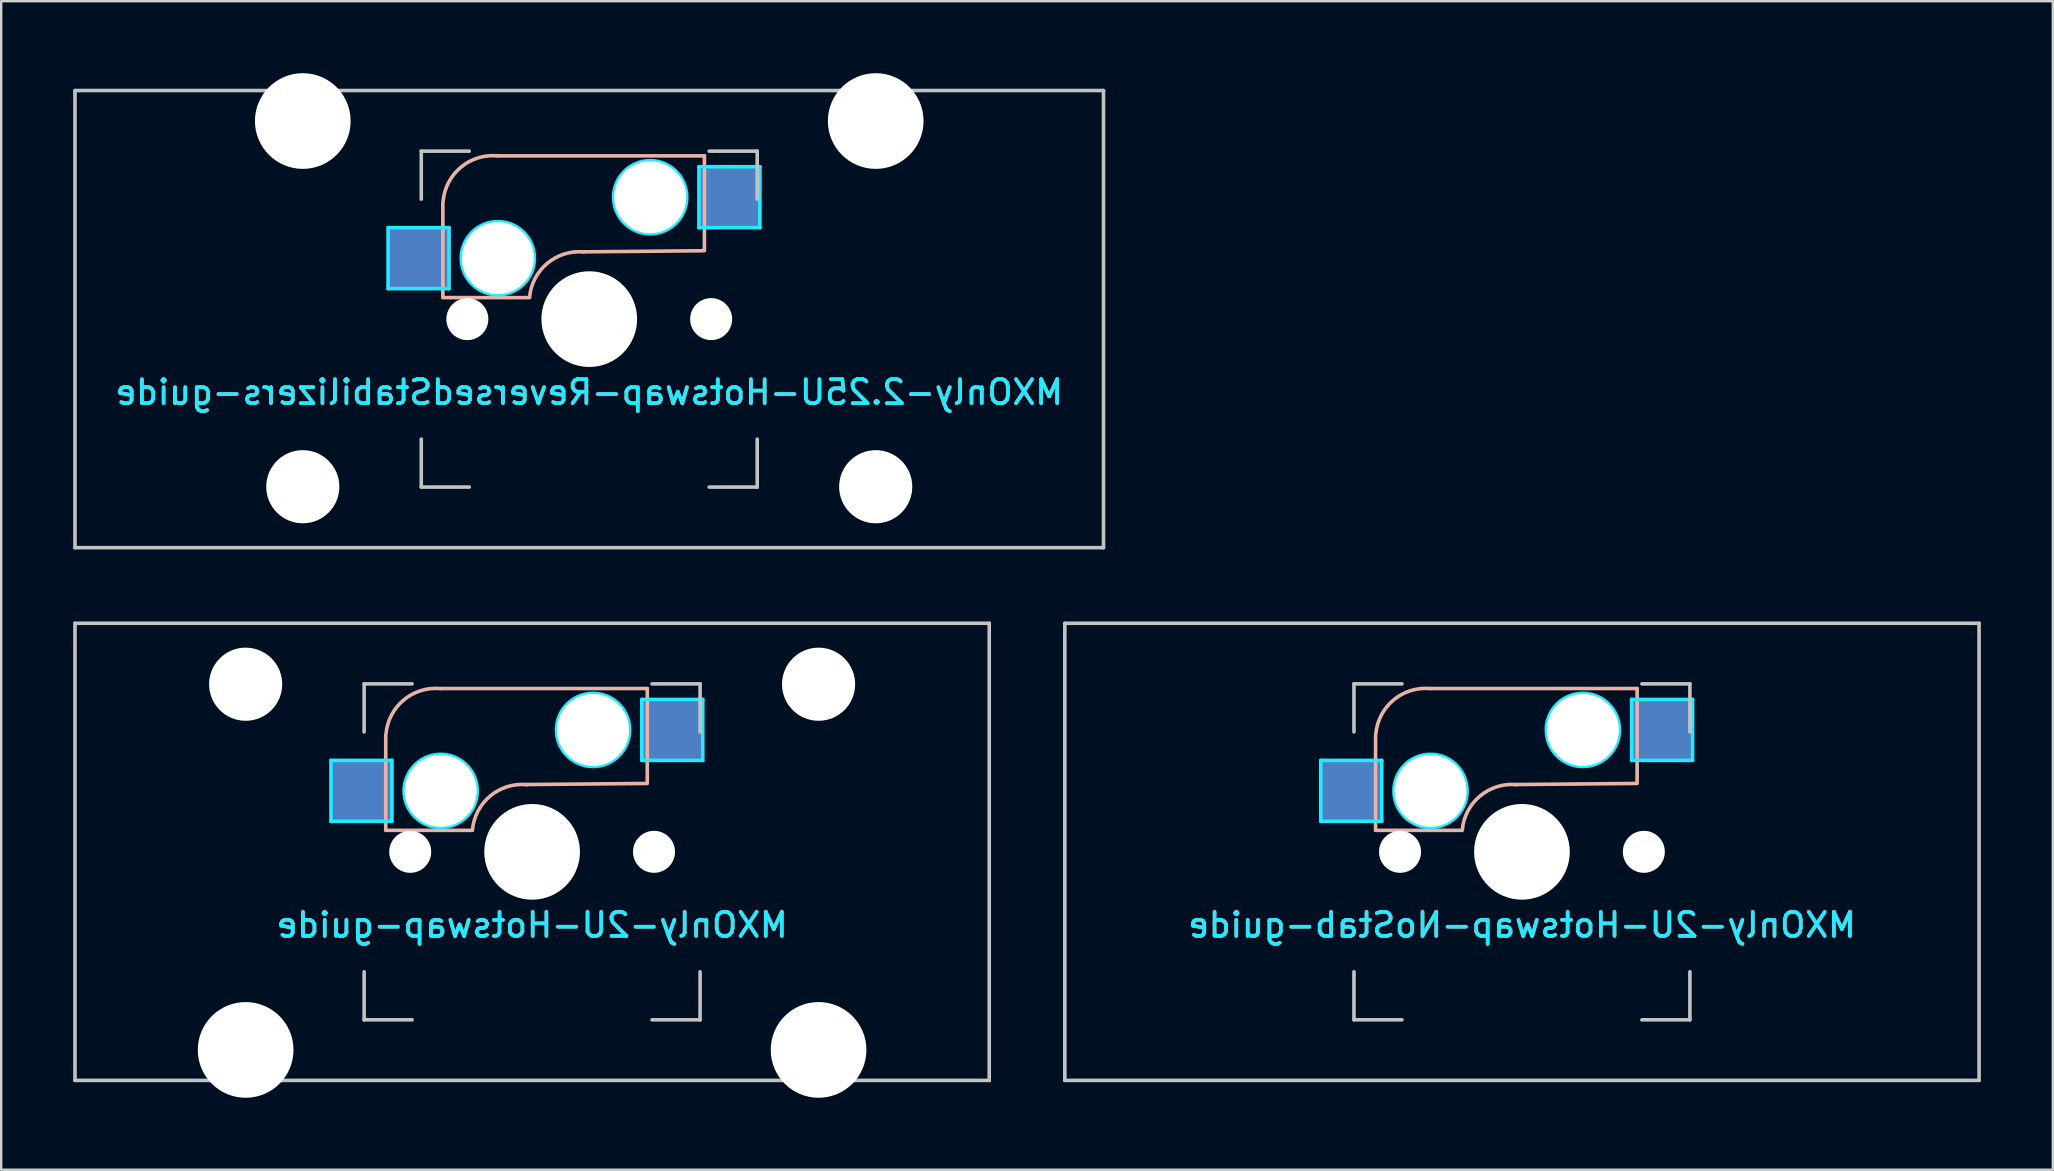
<source format=kicad_pcb>
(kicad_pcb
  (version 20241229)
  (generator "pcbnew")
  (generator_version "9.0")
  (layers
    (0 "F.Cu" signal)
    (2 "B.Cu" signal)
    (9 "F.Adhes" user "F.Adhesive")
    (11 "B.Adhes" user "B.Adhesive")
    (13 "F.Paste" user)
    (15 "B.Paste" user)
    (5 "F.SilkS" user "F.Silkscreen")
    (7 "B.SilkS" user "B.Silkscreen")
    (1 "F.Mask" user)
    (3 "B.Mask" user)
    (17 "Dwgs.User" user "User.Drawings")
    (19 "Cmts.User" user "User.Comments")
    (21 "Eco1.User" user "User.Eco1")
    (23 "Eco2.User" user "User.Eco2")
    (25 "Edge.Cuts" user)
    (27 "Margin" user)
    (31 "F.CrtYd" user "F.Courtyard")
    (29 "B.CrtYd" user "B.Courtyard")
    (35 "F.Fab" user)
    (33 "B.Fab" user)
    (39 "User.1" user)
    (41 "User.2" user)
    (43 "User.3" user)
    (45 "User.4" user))
  (footprint "MXOnly-2.25U-Hotswap-ReversedStabilizers-guide"
    (layer "F.Cu")
    (at 21.506 10.249)
    (property "Reference" "MXOnly-2.25U-Hotswap-ReversedStabilizers-guide" (at 0 3.048 0) (layer "B.CrtYd") (effects (font (size 1 1) (thickness 0.15)) (justify mirror)))
    (attr smd)
    (fp_line (start -6.1 -4.85) (end -6.1 -0.905) (stroke (width 0.15) (type solid)) (layer "B.SilkS"))
    (fp_line (start -6.1 -0.896) (end -2.49 -0.896) (stroke (width 0.15) (type solid)) (layer "B.SilkS"))
    (fp_line (start 4.8 -6.804) (end -3.825 -6.804) (stroke (width 0.15) (type solid)) (layer "B.SilkS"))
    (fp_line (start 4.8 -2.896) (end 4.8 -6.804) (stroke (width 0.15) (type solid)) (layer "B.SilkS"))
    (fp_line (start 4.8 -2.85) (end -0.25 -2.804) (stroke (width 0.15) (type solid)) (layer "B.SilkS"))
    (fp_arc (start -6.089 -4.92) (mid -5.347189 -6.33089) (end -3.825 -6.804) (stroke (width 0.15) (type solid)) (layer "B.SilkS"))
    (fp_arc (start -2.485 -0.92) (mid -1.744361 -2.328061) (end -0.225 -2.8) (stroke (width 0.15) (type solid)) (layer "B.SilkS"))
    (fp_line (start -21.431 -9.525) (end 21.431 -9.525) (stroke (width 0.15) (type solid)) (layer "Dwgs.User"))
    (fp_line (start -21.431 9.525) (end -21.431 -9.525) (stroke (width 0.15) (type solid)) (layer "Dwgs.User"))
    (fp_line (start -7 -7) (end -7 -5) (stroke (width 0.15) (type solid)) (layer "Dwgs.User"))
    (fp_line (start -7 5) (end -7 7) (stroke (width 0.15) (type solid)) (layer "Dwgs.User"))
    (fp_line (start -7 7) (end -5 7) (stroke (width 0.15) (type solid)) (layer "Dwgs.User"))
    (fp_line (start -5 -7) (end -7 -7) (stroke (width 0.15) (type solid)) (layer "Dwgs.User"))
    (fp_line (start 5 -7) (end 7 -7) (stroke (width 0.15) (type solid)) (layer "Dwgs.User"))
    (fp_line (start 5 7) (end 7 7) (stroke (width 0.15) (type solid)) (layer "Dwgs.User"))
    (fp_line (start 7 -7) (end 7 -5) (stroke (width 0.15) (type solid)) (layer "Dwgs.User"))
    (fp_line (start 7 7) (end 7 5) (stroke (width 0.15) (type solid)) (layer "Dwgs.User"))
    (fp_line (start 21.431 -9.525) (end 21.431 9.525) (stroke (width 0.15) (type solid)) (layer "Dwgs.User"))
    (fp_line (start 21.431 9.525) (end -21.431 9.525) (stroke (width 0.15) (type solid)) (layer "Dwgs.User"))
    (fp_line (start -8.382 -3.81) (end -5.842 -3.81) (stroke (width 0.15) (type solid)) (layer "B.CrtYd"))
    (fp_line (start -8.382 -1.27) (end -8.382 -3.81) (stroke (width 0.15) (type solid)) (layer "B.CrtYd"))
    (fp_line (start -5.842 -3.81) (end -5.842 -1.27) (stroke (width 0.15) (type solid)) (layer "B.CrtYd"))
    (fp_line (start -5.842 -1.27) (end -8.382 -1.27) (stroke (width 0.15) (type solid)) (layer "B.CrtYd"))
    (fp_line (start 4.572 -6.35) (end 7.112 -6.35) (stroke (width 0.15) (type solid)) (layer "B.CrtYd"))
    (fp_line (start 4.572 -3.81) (end 4.572 -6.35) (stroke (width 0.15) (type solid)) (layer "B.CrtYd"))
    (fp_line (start 7.112 -6.35) (end 7.112 -3.81) (stroke (width 0.15) (type solid)) (layer "B.CrtYd"))
    (fp_line (start 7.112 -3.81) (end 4.572 -3.81) (stroke (width 0.15) (type solid)) (layer "B.CrtYd"))
    (fp_circle (center -3.81 -2.54) (end -3.81 -4.064) (stroke (width 0.15) (type solid)) (fill no) (layer "B.CrtYd"))
    (fp_circle (center 2.54 -5.08) (end 2.54 -6.604) (stroke (width 0.15) (type solid)) (fill no) (layer "B.CrtYd"))
    (fp_text user "${REFERENCE}" (at 0 3.048 0) (layer "B.SilkS") (effects (font (size 1 1) (thickness 0.15)) (justify mirror)))
    (pad "" np_thru_hole circle (at -11.938 -8.255) (size 3.988 3.988) (drill 3.988) (layers "*.Cu" "*.Mask"))
    (pad "" np_thru_hole circle (at -11.938 6.985) (size 3.048 3.048) (drill 3.048) (layers "*.Cu" "*.Mask"))
    (pad "" np_thru_hole circle (at -5.08 0 48.1) (size 1.75 1.75) (drill 1.75) (layers "*.Cu" "*.Mask"))
    (pad "" np_thru_hole circle (at -3.81 -2.54) (size 3 3) (drill 3) (layers "*.Cu" "*.Mask"))
    (pad "" np_thru_hole circle (at 0 0) (size 3.988 3.988) (drill 3.988) (layers "*.Cu" "*.Mask"))
    (pad "" np_thru_hole circle (at 2.54 -5.08) (size 3 3) (drill 3) (layers "*.Cu" "*.Mask"))
    (pad "" np_thru_hole circle (at 5.08 0 48.1) (size 1.75 1.75) (drill 1.75) (layers "*.Cu" "*.Mask"))
    (pad "" np_thru_hole circle (at 11.938 -8.255) (size 3.988 3.988) (drill 3.988) (layers "*.Cu" "*.Mask"))
    (pad "" np_thru_hole circle (at 11.938 6.985) (size 3.048 3.048) (drill 3.048) (layers "*.Cu" "*.Mask"))
    (pad "1" smd rect (at -7.085 -2.54) (size 2.55 2.5) (layers "B.Cu" "B.Mask" "B.Paste"))
    (pad "2" smd rect (at 5.842 -5.08) (size 2.55 2.5) (layers "B.Cu" "B.Mask" "B.Paste")))
  (footprint "MXOnly-2U-Hotswap-NoStab-guide"
    (layer "F.Cu")
    (at 60.375 32.449)
    (property "Reference" "MXOnly-2U-Hotswap-NoStab-guide" (at 0 3.048 0) (layer "B.CrtYd") (effects (font (size 1 1) (thickness 0.15)) (justify mirror)))
    (attr smd)
    (fp_line (start -6.1 -4.85) (end -6.1 -0.905) (stroke (width 0.15) (type solid)) (layer "B.SilkS"))
    (fp_line (start -6.1 -0.896) (end -2.49 -0.896) (stroke (width 0.15) (type solid)) (layer "B.SilkS"))
    (fp_line (start 4.8 -6.804) (end -3.825 -6.804) (stroke (width 0.15) (type solid)) (layer "B.SilkS"))
    (fp_line (start 4.8 -2.896) (end 4.8 -6.804) (stroke (width 0.15) (type solid)) (layer "B.SilkS"))
    (fp_line (start 4.8 -2.85) (end -0.25 -2.804) (stroke (width 0.15) (type solid)) (layer "B.SilkS"))
    (fp_arc (start -6.089 -4.92) (mid -5.347189 -6.33089) (end -3.825 -6.804) (stroke (width 0.15) (type solid)) (layer "B.SilkS"))
    (fp_arc (start -2.485 -0.92) (mid -1.744361 -2.328061) (end -0.225 -2.8) (stroke (width 0.15) (type solid)) (layer "B.SilkS"))
    (fp_line (start -19.05 -9.525) (end 19.05 -9.525) (stroke (width 0.15) (type solid)) (layer "Dwgs.User"))
    (fp_line (start -19.05 9.525) (end -19.05 -9.525) (stroke (width 0.15) (type solid)) (layer "Dwgs.User"))
    (fp_line (start -7 -7) (end -7 -5) (stroke (width 0.15) (type solid)) (layer "Dwgs.User"))
    (fp_line (start -7 5) (end -7 7) (stroke (width 0.15) (type solid)) (layer "Dwgs.User"))
    (fp_line (start -7 7) (end -5 7) (stroke (width 0.15) (type solid)) (layer "Dwgs.User"))
    (fp_line (start -5 -7) (end -7 -7) (stroke (width 0.15) (type solid)) (layer "Dwgs.User"))
    (fp_line (start 5 -7) (end 7 -7) (stroke (width 0.15) (type solid)) (layer "Dwgs.User"))
    (fp_line (start 5 7) (end 7 7) (stroke (width 0.15) (type solid)) (layer "Dwgs.User"))
    (fp_line (start 7 -7) (end 7 -5) (stroke (width 0.15) (type solid)) (layer "Dwgs.User"))
    (fp_line (start 7 7) (end 7 5) (stroke (width 0.15) (type solid)) (layer "Dwgs.User"))
    (fp_line (start 19.05 -9.525) (end 19.05 9.525) (stroke (width 0.15) (type solid)) (layer "Dwgs.User"))
    (fp_line (start 19.05 9.525) (end -19.05 9.525) (stroke (width 0.15) (type solid)) (layer "Dwgs.User"))
    (fp_line (start -8.382 -3.81) (end -5.842 -3.81) (stroke (width 0.15) (type solid)) (layer "B.CrtYd"))
    (fp_line (start -8.382 -1.27) (end -8.382 -3.81) (stroke (width 0.15) (type solid)) (layer "B.CrtYd"))
    (fp_line (start -5.842 -3.81) (end -5.842 -1.27) (stroke (width 0.15) (type solid)) (layer "B.CrtYd"))
    (fp_line (start -5.842 -1.27) (end -8.382 -1.27) (stroke (width 0.15) (type solid)) (layer "B.CrtYd"))
    (fp_line (start 4.572 -6.35) (end 7.112 -6.35) (stroke (width 0.15) (type solid)) (layer "B.CrtYd"))
    (fp_line (start 4.572 -3.81) (end 4.572 -6.35) (stroke (width 0.15) (type solid)) (layer "B.CrtYd"))
    (fp_line (start 7.112 -6.35) (end 7.112 -3.81) (stroke (width 0.15) (type solid)) (layer "B.CrtYd"))
    (fp_line (start 7.112 -3.81) (end 4.572 -3.81) (stroke (width 0.15) (type solid)) (layer "B.CrtYd"))
    (fp_circle (center -3.81 -2.54) (end -3.81 -4.064) (stroke (width 0.15) (type solid)) (fill no) (layer "B.CrtYd"))
    (fp_circle (center 2.54 -5.08) (end 2.54 -6.604) (stroke (width 0.15) (type solid)) (fill no) (layer "B.CrtYd"))
    (fp_text user "${REFERENCE}" (at 0 3.048 0) (layer "B.SilkS") (effects (font (size 1 1) (thickness 0.15)) (justify mirror)))
    (pad "" np_thru_hole circle (at -5.08 0 48.1) (size 1.75 1.75) (drill 1.75) (layers "*.Cu" "*.Mask"))
    (pad "" np_thru_hole circle (at -3.81 -2.54) (size 3 3) (drill 3) (layers "*.Cu" "*.Mask"))
    (pad "" np_thru_hole circle (at 0 0) (size 3.988 3.988) (drill 3.988) (layers "*.Cu" "*.Mask"))
    (pad "" np_thru_hole circle (at 2.54 -5.08) (size 3 3) (drill 3) (layers "*.Cu" "*.Mask"))
    (pad "" np_thru_hole circle (at 5.08 0 48.1) (size 1.75 1.75) (drill 1.75) (layers "*.Cu" "*.Mask"))
    (pad "1" smd rect (at -7.085 -2.54) (size 2.55 2.5) (layers "B.Cu" "B.Mask" "B.Paste"))
    (pad "2" smd rect (at 5.842 -5.08) (size 2.55 2.5) (layers "B.Cu" "B.Mask" "B.Paste")))
  (footprint "MXOnly-2U-Hotswap-guide"
    (layer "F.Cu")
    (at 19.125 32.449)
    (property "Reference" "MXOnly-2U-Hotswap-guide" (at 0 3.048 0) (layer "B.CrtYd") (effects (font (size 1 1) (thickness 0.15)) (justify mirror)))
    (attr smd)
    (fp_line (start -6.1 -4.85) (end -6.1 -0.905) (stroke (width 0.15) (type solid)) (layer "B.SilkS"))
    (fp_line (start -6.1 -0.896) (end -2.49 -0.896) (stroke (width 0.15) (type solid)) (layer "B.SilkS"))
    (fp_line (start 4.8 -6.804) (end -3.825 -6.804) (stroke (width 0.15) (type solid)) (layer "B.SilkS"))
    (fp_line (start 4.8 -2.896) (end 4.8 -6.804) (stroke (width 0.15) (type solid)) (layer "B.SilkS"))
    (fp_line (start 4.8 -2.85) (end -0.25 -2.804) (stroke (width 0.15) (type solid)) (layer "B.SilkS"))
    (fp_arc (start -6.089 -4.92) (mid -5.347189 -6.33089) (end -3.825 -6.804) (stroke (width 0.15) (type solid)) (layer "B.SilkS"))
    (fp_arc (start -2.485 -0.92) (mid -1.744361 -2.328061) (end -0.225 -2.8) (stroke (width 0.15) (type solid)) (layer "B.SilkS"))
    (fp_line (start -19.05 -9.525) (end 19.05 -9.525) (stroke (width 0.15) (type solid)) (layer "Dwgs.User"))
    (fp_line (start -19.05 9.525) (end -19.05 -9.525) (stroke (width 0.15) (type solid)) (layer "Dwgs.User"))
    (fp_line (start -7 -7) (end -7 -5) (stroke (width 0.15) (type solid)) (layer "Dwgs.User"))
    (fp_line (start -7 5) (end -7 7) (stroke (width 0.15) (type solid)) (layer "Dwgs.User"))
    (fp_line (start -7 7) (end -5 7) (stroke (width 0.15) (type solid)) (layer "Dwgs.User"))
    (fp_line (start -5 -7) (end -7 -7) (stroke (width 0.15) (type solid)) (layer "Dwgs.User"))
    (fp_line (start 5 -7) (end 7 -7) (stroke (width 0.15) (type solid)) (layer "Dwgs.User"))
    (fp_line (start 5 7) (end 7 7) (stroke (width 0.15) (type solid)) (layer "Dwgs.User"))
    (fp_line (start 7 -7) (end 7 -5) (stroke (width 0.15) (type solid)) (layer "Dwgs.User"))
    (fp_line (start 7 7) (end 7 5) (stroke (width 0.15) (type solid)) (layer "Dwgs.User"))
    (fp_line (start 19.05 -9.525) (end 19.05 9.525) (stroke (width 0.15) (type solid)) (layer "Dwgs.User"))
    (fp_line (start 19.05 9.525) (end -19.05 9.525) (stroke (width 0.15) (type solid)) (layer "Dwgs.User"))
    (fp_line (start -8.382 -3.81) (end -5.842 -3.81) (stroke (width 0.15) (type solid)) (layer "B.CrtYd"))
    (fp_line (start -8.382 -1.27) (end -8.382 -3.81) (stroke (width 0.15) (type solid)) (layer "B.CrtYd"))
    (fp_line (start -5.842 -3.81) (end -5.842 -1.27) (stroke (width 0.15) (type solid)) (layer "B.CrtYd"))
    (fp_line (start -5.842 -1.27) (end -8.382 -1.27) (stroke (width 0.15) (type solid)) (layer "B.CrtYd"))
    (fp_line (start 4.572 -6.35) (end 7.112 -6.35) (stroke (width 0.15) (type solid)) (layer "B.CrtYd"))
    (fp_line (start 4.572 -3.81) (end 4.572 -6.35) (stroke (width 0.15) (type solid)) (layer "B.CrtYd"))
    (fp_line (start 7.112 -6.35) (end 7.112 -3.81) (stroke (width 0.15) (type solid)) (layer "B.CrtYd"))
    (fp_line (start 7.112 -3.81) (end 4.572 -3.81) (stroke (width 0.15) (type solid)) (layer "B.CrtYd"))
    (fp_circle (center -3.81 -2.54) (end -3.81 -4.064) (stroke (width 0.15) (type solid)) (fill no) (layer "B.CrtYd"))
    (fp_circle (center 2.54 -5.08) (end 2.54 -6.604) (stroke (width 0.15) (type solid)) (fill no) (layer "B.CrtYd"))
    (fp_text user "${REFERENCE}" (at 0 3.048 0) (layer "B.SilkS") (effects (font (size 1 1) (thickness 0.15)) (justify mirror)))
    (pad "" np_thru_hole circle (at -11.938 -6.985) (size 3.048 3.048) (drill 3.048) (layers "*.Cu" "*.Mask"))
    (pad "" np_thru_hole circle (at -11.938 8.255) (size 3.988 3.988) (drill 3.988) (layers "*.Cu" "*.Mask"))
    (pad "" np_thru_hole circle (at -5.08 0 48.1) (size 1.75 1.75) (drill 1.75) (layers "*.Cu" "*.Mask"))
    (pad "" np_thru_hole circle (at -3.81 -2.54) (size 3 3) (drill 3) (layers "*.Cu" "*.Mask"))
    (pad "" np_thru_hole circle (at 0 0) (size 3.988 3.988) (drill 3.988) (layers "*.Cu" "*.Mask"))
    (pad "" np_thru_hole circle (at 2.54 -5.08) (size 3 3) (drill 3) (layers "*.Cu" "*.Mask"))
    (pad "" np_thru_hole circle (at 5.08 0 48.1) (size 1.75 1.75) (drill 1.75) (layers "*.Cu" "*.Mask"))
    (pad "" np_thru_hole circle (at 11.938 -6.985) (size 3.048 3.048) (drill 3.048) (layers "*.Cu" "*.Mask"))
    (pad "" np_thru_hole circle (at 11.938 8.255) (size 3.988 3.988) (drill 3.988) (layers "*.Cu" "*.Mask"))
    (pad "1" smd rect (at -7.085 -2.54) (size 2.55 2.5) (layers "B.Cu" "B.Mask" "B.Paste"))
    (pad "2" smd rect (at 5.842 -5.08) (size 2.55 2.5) (layers "B.Cu" "B.Mask" "B.Paste")))
  (gr_rect
    (start -3 -3)
    (end 82.5 45.698)
    (stroke (width 0.1) (type default))
    (fill no)
    (layer "Edge.Cuts")))
</source>
